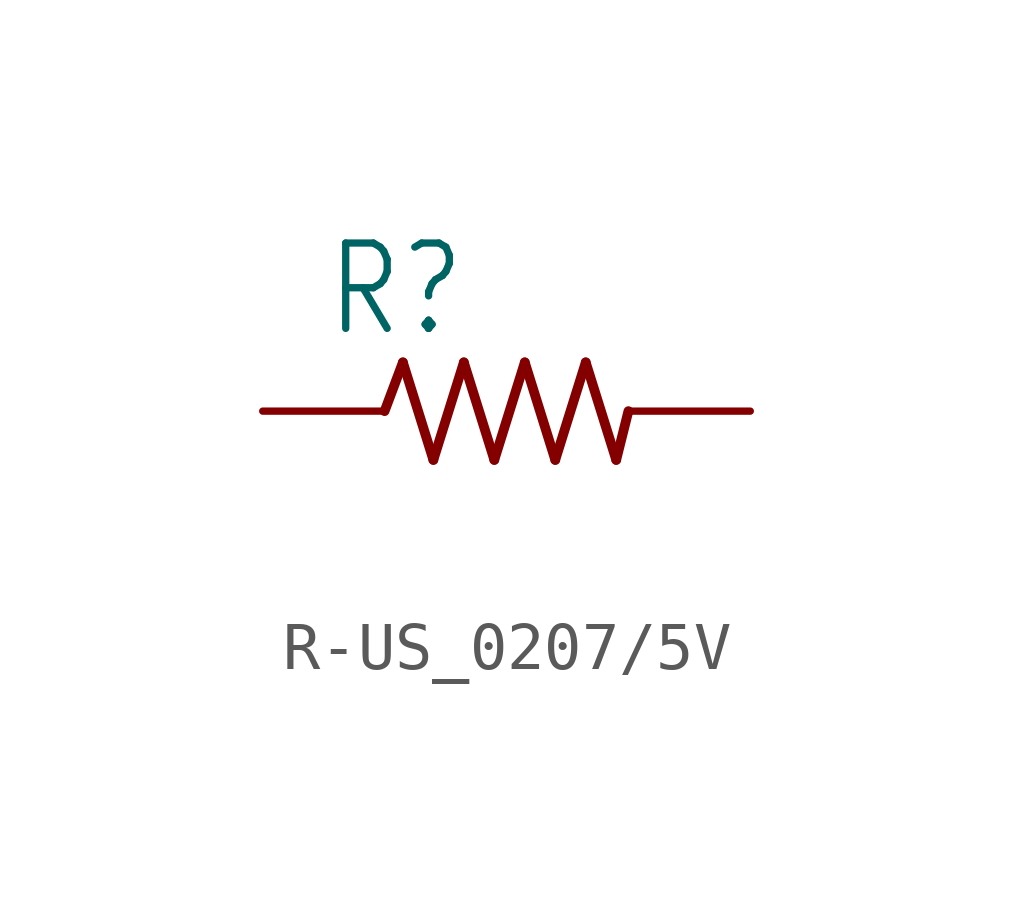
<source format=kicad_sym>
(kicad_symbol_lib
  (version 20220914)
  (generator kicad_symbol_editor)
  (symbol "R-US_0207/5V"
    (property "Reference" "R"
      (at -3.81 1.499 0)
      (effects (font (size 1.778 1.511)) (justify left bottom)))
    (property "Value" ""
      (at -3.81 -3.302 0)
      (effects (font (size 1.778 1.511)) (justify left bottom)))
    (property "ki_locked" ""
      (at 0 0 0)
      (effects (font (size 1.27 1.27))))
    (symbol "R-US_0207/5V_1_0"
      (polyline (pts (xy -2.54 0) (xy -2.159 1.016)) (stroke (width 0.203) (type solid)) (fill (type none)))
      (polyline (pts (xy -2.159 1.016) (xy -1.524 -1.016)) (stroke (width 0.203) (type solid)) (fill (type none)))
      (polyline (pts (xy -1.524 -1.016) (xy -0.889 1.016)) (stroke (width 0.203) (type solid)) (fill (type none)))
      (polyline (pts (xy -0.889 1.016) (xy -0.254 -1.016)) (stroke (width 0.203) (type solid)) (fill (type none)))
      (polyline (pts (xy -0.254 -1.016) (xy 0.381 1.016)) (stroke (width 0.203) (type solid)) (fill (type none)))
      (polyline (pts (xy 0.381 1.016) (xy 1.016 -1.016)) (stroke (width 0.203) (type solid)) (fill (type none)))
      (polyline (pts (xy 1.016 -1.016) (xy 1.651 1.016)) (stroke (width 0.203) (type solid)) (fill (type none)))
      (polyline (pts (xy 1.651 1.016) (xy 2.286 -1.016)) (stroke (width 0.203) (type solid)) (fill (type none)))
      (polyline (pts (xy 2.286 -1.016) (xy 2.54 0)) (stroke (width 0.203) (type solid)) (fill (type none)))
      (pin passive line (at -5.08 0 0) (length 2.54) (name "1" (effects (font (size 0 0)))) (number "1" (effects (font (size 0 0)))))
      (pin passive line (at 5.08 0 180) (length 2.54) (name "2" (effects (font (size 0 0)))) (number "2" (effects (font (size 0 0))))))))
</source>
